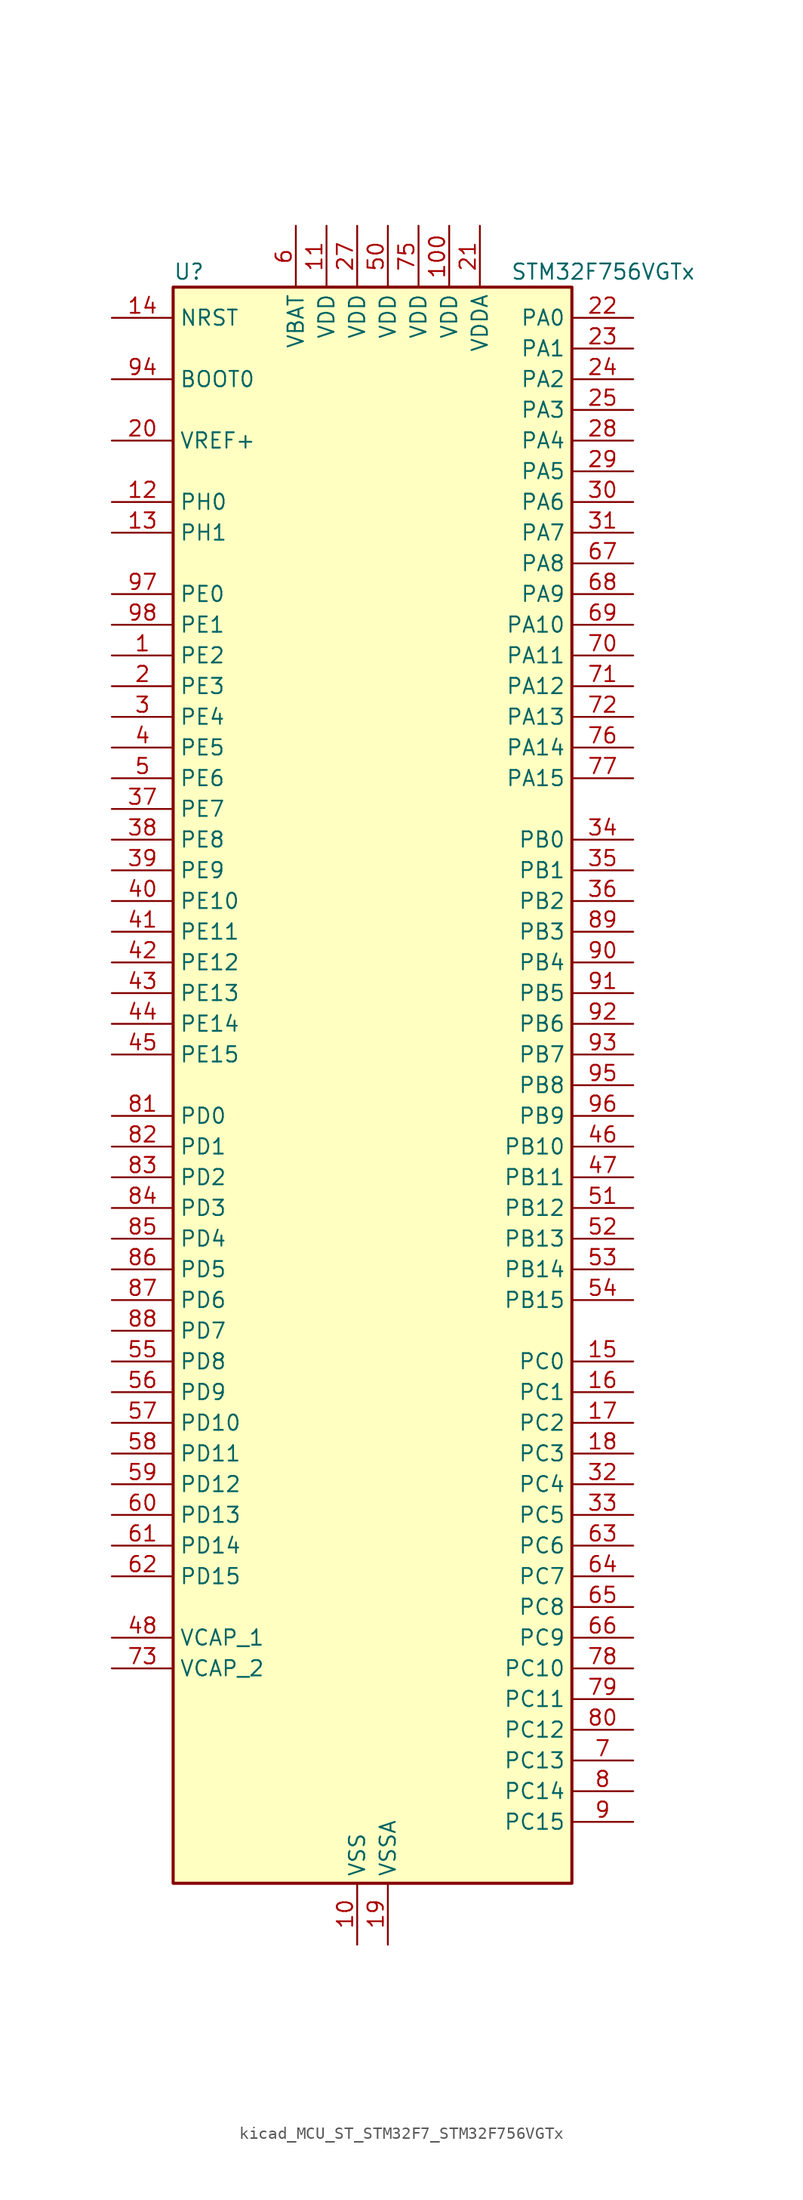
<source format=kicad_sym>
(kicad_symbol_lib
  (version 20220914)
  (generator kicad_symbol_editor)
  (symbol "kicad_MCU_ST_STM32F7_STM32F756VGTx"
    (property "Reference" "U"
      (at -15.24 67.31 0)
      (effects (font (size 1.27 1.27)) (justify left)))
    (property "Value" "STM32F756VGTx"
      (at 12.7 67.31 0)
      (effects (font (size 1.27 1.27)) (justify left)))
    (property "ki_locked" ""
      (at 0 0 0)
      (effects (font (size 1.27 1.27))))
    (symbol "kicad_MCU_ST_STM32F7_STM32F756VGTx_0_1"
      (rectangle (start -15.24 -66.04) (end 17.78 66.04) (stroke (width 0.254) (type default)) (fill (type background))))
    (symbol "kicad_MCU_ST_STM32F7_STM32F756VGTx_1_1"
      (pin bidirectional line (at -20.32 35.56 0) (length 5.08) (name "PE2" (effects (font (size 1.27 1.27)))) (number "1" (effects (font (size 1.27 1.27)))) (alternate "ETH_TXD3" bidirectional line) (alternate "FMC_A23" bidirectional line) (alternate "QUADSPI_BK1_IO2" bidirectional line) (alternate "SAI1_MCLK_A" bidirectional line) (alternate "SPI4_SCK" bidirectional line) (alternate "SYS_TRACECLK" bidirectional line))
      (pin power_in line (at 0 -71.12 90) (length 5.08) (name "VSS" (effects (font (size 1.27 1.27)))) (number "10" (effects (font (size 1.27 1.27)))))
      (pin power_in line (at 7.62 71.12 270) (length 5.08) (name "VDD" (effects (font (size 1.27 1.27)))) (number "100" (effects (font (size 1.27 1.27)))))
      (pin power_in line (at -2.54 71.12 270) (length 5.08) (name "VDD" (effects (font (size 1.27 1.27)))) (number "11" (effects (font (size 1.27 1.27)))))
      (pin bidirectional line (at -20.32 48.26 0) (length 5.08) (name "PH0" (effects (font (size 1.27 1.27)))) (number "12" (effects (font (size 1.27 1.27)))) (alternate "RCC_OSC_IN" bidirectional line))
      (pin bidirectional line (at -20.32 45.72 0) (length 5.08) (name "PH1" (effects (font (size 1.27 1.27)))) (number "13" (effects (font (size 1.27 1.27)))) (alternate "RCC_OSC_OUT" bidirectional line))
      (pin input line (at -20.32 63.5 0) (length 5.08) (name "NRST" (effects (font (size 1.27 1.27)))) (number "14" (effects (font (size 1.27 1.27)))))
      (pin bidirectional line (at 22.86 -22.86 180) (length 5.08) (name "PC0" (effects (font (size 1.27 1.27)))) (number "15" (effects (font (size 1.27 1.27)))) (alternate "ADC1_IN10" bidirectional line) (alternate "ADC2_IN10" bidirectional line) (alternate "ADC3_IN10" bidirectional line) (alternate "FMC_SDNWE" bidirectional line) (alternate "LTDC_R5" bidirectional line) (alternate "SAI2_FS_B" bidirectional line) (alternate "USB_OTG_HS_ULPI_STP" bidirectional line))
      (pin bidirectional line (at 22.86 -25.4 180) (length 5.08) (name "PC1" (effects (font (size 1.27 1.27)))) (number "16" (effects (font (size 1.27 1.27)))) (alternate "ADC1_IN11" bidirectional line) (alternate "ADC2_IN11" bidirectional line) (alternate "ADC3_IN11" bidirectional line) (alternate "ETH_MDC" bidirectional line) (alternate "I2S2_SD" bidirectional line) (alternate "RTC_TAMP3" bidirectional line) (alternate "RTC_TS" bidirectional line) (alternate "SAI1_SD_A" bidirectional line) (alternate "SPI2_MOSI" bidirectional line) (alternate "SYS_TRACED0" bidirectional line) (alternate "SYS_WKUP3" bidirectional line))
      (pin bidirectional line (at 22.86 -27.94 180) (length 5.08) (name "PC2" (effects (font (size 1.27 1.27)))) (number "17" (effects (font (size 1.27 1.27)))) (alternate "ADC1_IN12" bidirectional line) (alternate "ADC2_IN12" bidirectional line) (alternate "ADC3_IN12" bidirectional line) (alternate "ETH_TXD2" bidirectional line) (alternate "FMC_SDNE0" bidirectional line) (alternate "SPI2_MISO" bidirectional line) (alternate "USB_OTG_HS_ULPI_DIR" bidirectional line))
      (pin bidirectional line (at 22.86 -30.48 180) (length 5.08) (name "PC3" (effects (font (size 1.27 1.27)))) (number "18" (effects (font (size 1.27 1.27)))) (alternate "ADC1_IN13" bidirectional line) (alternate "ADC2_IN13" bidirectional line) (alternate "ADC3_IN13" bidirectional line) (alternate "ETH_TX_CLK" bidirectional line) (alternate "FMC_SDCKE0" bidirectional line) (alternate "I2S2_SD" bidirectional line) (alternate "SPI2_MOSI" bidirectional line) (alternate "USB_OTG_HS_ULPI_NXT" bidirectional line))
      (pin power_in line (at 2.54 -71.12 90) (length 5.08) (name "VSSA" (effects (font (size 1.27 1.27)))) (number "19" (effects (font (size 1.27 1.27)))))
      (pin bidirectional line (at -20.32 33.02 0) (length 5.08) (name "PE3" (effects (font (size 1.27 1.27)))) (number "2" (effects (font (size 1.27 1.27)))) (alternate "FMC_A19" bidirectional line) (alternate "SAI1_SD_B" bidirectional line) (alternate "SYS_TRACED0" bidirectional line))
      (pin input line (at -20.32 53.34 0) (length 5.08) (name "VREF+" (effects (font (size 1.27 1.27)))) (number "20" (effects (font (size 1.27 1.27)))))
      (pin power_in line (at 10.16 71.12 270) (length 5.08) (name "VDDA" (effects (font (size 1.27 1.27)))) (number "21" (effects (font (size 1.27 1.27)))))
      (pin bidirectional line (at 22.86 63.5 180) (length 5.08) (name "PA0" (effects (font (size 1.27 1.27)))) (number "22" (effects (font (size 1.27 1.27)))) (alternate "ADC1_IN0" bidirectional line) (alternate "ADC2_IN0" bidirectional line) (alternate "ADC3_IN0" bidirectional line) (alternate "ETH_CRS" bidirectional line) (alternate "SAI2_SD_B" bidirectional line) (alternate "SYS_WKUP1" bidirectional line) (alternate "TIM2_CH1" bidirectional line) (alternate "TIM2_ETR" bidirectional line) (alternate "TIM5_CH1" bidirectional line) (alternate "TIM8_ETR" bidirectional line) (alternate "UART4_TX" bidirectional line) (alternate "USART2_CTS" bidirectional line))
      (pin bidirectional line (at 22.86 60.96 180) (length 5.08) (name "PA1" (effects (font (size 1.27 1.27)))) (number "23" (effects (font (size 1.27 1.27)))) (alternate "ADC1_IN1" bidirectional line) (alternate "ADC2_IN1" bidirectional line) (alternate "ADC3_IN1" bidirectional line) (alternate "ETH_REF_CLK" bidirectional line) (alternate "ETH_RX_CLK" bidirectional line) (alternate "LTDC_R2" bidirectional line) (alternate "QUADSPI_BK1_IO3" bidirectional line) (alternate "SAI2_MCLK_B" bidirectional line) (alternate "TIM2_CH2" bidirectional line) (alternate "TIM5_CH2" bidirectional line) (alternate "UART4_RX" bidirectional line) (alternate "USART2_DE" bidirectional line) (alternate "USART2_RTS" bidirectional line))
      (pin bidirectional line (at 22.86 58.42 180) (length 5.08) (name "PA2" (effects (font (size 1.27 1.27)))) (number "24" (effects (font (size 1.27 1.27)))) (alternate "ADC1_IN2" bidirectional line) (alternate "ADC2_IN2" bidirectional line) (alternate "ADC3_IN2" bidirectional line) (alternate "ETH_MDIO" bidirectional line) (alternate "LTDC_R1" bidirectional line) (alternate "SAI2_SCK_B" bidirectional line) (alternate "SYS_WKUP2" bidirectional line) (alternate "TIM2_CH3" bidirectional line) (alternate "TIM5_CH3" bidirectional line) (alternate "TIM9_CH1" bidirectional line) (alternate "USART2_TX" bidirectional line))
      (pin bidirectional line (at 22.86 55.88 180) (length 5.08) (name "PA3" (effects (font (size 1.27 1.27)))) (number "25" (effects (font (size 1.27 1.27)))) (alternate "ADC1_IN3" bidirectional line) (alternate "ADC2_IN3" bidirectional line) (alternate "ADC3_IN3" bidirectional line) (alternate "ETH_COL" bidirectional line) (alternate "LTDC_B5" bidirectional line) (alternate "TIM2_CH4" bidirectional line) (alternate "TIM5_CH4" bidirectional line) (alternate "TIM9_CH2" bidirectional line) (alternate "USART2_RX" bidirectional line) (alternate "USB_OTG_HS_ULPI_D0" bidirectional line))
      (pin passive line (at 0 -71.12 90) (length 5.08) hide (name "VSS" (effects (font (size 1.27 1.27)))) (number "26" (effects (font (size 1.27 1.27)))))
      (pin power_in line (at 0 71.12 270) (length 5.08) (name "VDD" (effects (font (size 1.27 1.27)))) (number "27" (effects (font (size 1.27 1.27)))))
      (pin bidirectional line (at 22.86 53.34 180) (length 5.08) (name "PA4" (effects (font (size 1.27 1.27)))) (number "28" (effects (font (size 1.27 1.27)))) (alternate "ADC1_IN4" bidirectional line) (alternate "ADC2_IN4" bidirectional line) (alternate "DAC_OUT1" bidirectional line) (alternate "DCMI_HSYNC" bidirectional line) (alternate "I2S1_WS" bidirectional line) (alternate "I2S3_WS" bidirectional line) (alternate "LTDC_VSYNC" bidirectional line) (alternate "SPI1_NSS" bidirectional line) (alternate "SPI3_NSS" bidirectional line) (alternate "USART2_CK" bidirectional line) (alternate "USB_OTG_HS_SOF" bidirectional line))
      (pin bidirectional line (at 22.86 50.8 180) (length 5.08) (name "PA5" (effects (font (size 1.27 1.27)))) (number "29" (effects (font (size 1.27 1.27)))) (alternate "ADC1_IN5" bidirectional line) (alternate "ADC2_IN5" bidirectional line) (alternate "DAC_OUT2" bidirectional line) (alternate "I2S1_CK" bidirectional line) (alternate "LTDC_R4" bidirectional line) (alternate "SPI1_SCK" bidirectional line) (alternate "TIM2_CH1" bidirectional line) (alternate "TIM2_ETR" bidirectional line) (alternate "TIM8_CH1N" bidirectional line) (alternate "USB_OTG_HS_ULPI_CK" bidirectional line))
      (pin bidirectional line (at -20.32 30.48 0) (length 5.08) (name "PE4" (effects (font (size 1.27 1.27)))) (number "3" (effects (font (size 1.27 1.27)))) (alternate "DCMI_D4" bidirectional line) (alternate "FMC_A20" bidirectional line) (alternate "LTDC_B0" bidirectional line) (alternate "SAI1_FS_A" bidirectional line) (alternate "SPI4_NSS" bidirectional line) (alternate "SYS_TRACED1" bidirectional line))
      (pin bidirectional line (at 22.86 48.26 180) (length 5.08) (name "PA6" (effects (font (size 1.27 1.27)))) (number "30" (effects (font (size 1.27 1.27)))) (alternate "ADC1_IN6" bidirectional line) (alternate "ADC2_IN6" bidirectional line) (alternate "DCMI_PIXCLK" bidirectional line) (alternate "LTDC_G2" bidirectional line) (alternate "SPI1_MISO" bidirectional line) (alternate "TIM13_CH1" bidirectional line) (alternate "TIM1_BKIN" bidirectional line) (alternate "TIM3_CH1" bidirectional line) (alternate "TIM8_BKIN" bidirectional line))
      (pin bidirectional line (at 22.86 45.72 180) (length 5.08) (name "PA7" (effects (font (size 1.27 1.27)))) (number "31" (effects (font (size 1.27 1.27)))) (alternate "ADC1_IN7" bidirectional line) (alternate "ADC2_IN7" bidirectional line) (alternate "ETH_CRS_DV" bidirectional line) (alternate "ETH_RX_DV" bidirectional line) (alternate "FMC_SDNWE" bidirectional line) (alternate "I2S1_SD" bidirectional line) (alternate "SPI1_MOSI" bidirectional line) (alternate "TIM14_CH1" bidirectional line) (alternate "TIM1_CH1N" bidirectional line) (alternate "TIM3_CH2" bidirectional line) (alternate "TIM8_CH1N" bidirectional line))
      (pin bidirectional line (at 22.86 -33.02 180) (length 5.08) (name "PC4" (effects (font (size 1.27 1.27)))) (number "32" (effects (font (size 1.27 1.27)))) (alternate "ADC1_IN14" bidirectional line) (alternate "ADC2_IN14" bidirectional line) (alternate "ETH_RXD0" bidirectional line) (alternate "FMC_SDNE0" bidirectional line) (alternate "I2S1_MCK" bidirectional line) (alternate "SPDIFRX_IN2" bidirectional line))
      (pin bidirectional line (at 22.86 -35.56 180) (length 5.08) (name "PC5" (effects (font (size 1.27 1.27)))) (number "33" (effects (font (size 1.27 1.27)))) (alternate "ADC1_IN15" bidirectional line) (alternate "ADC2_IN15" bidirectional line) (alternate "ETH_RXD1" bidirectional line) (alternate "FMC_SDCKE0" bidirectional line) (alternate "SPDIFRX_IN3" bidirectional line))
      (pin bidirectional line (at 22.86 20.32 180) (length 5.08) (name "PB0" (effects (font (size 1.27 1.27)))) (number "34" (effects (font (size 1.27 1.27)))) (alternate "ADC1_IN8" bidirectional line) (alternate "ADC2_IN8" bidirectional line) (alternate "ETH_RXD2" bidirectional line) (alternate "LTDC_R3" bidirectional line) (alternate "TIM1_CH2N" bidirectional line) (alternate "TIM3_CH3" bidirectional line) (alternate "TIM8_CH2N" bidirectional line) (alternate "UART4_CTS" bidirectional line) (alternate "USB_OTG_HS_ULPI_D1" bidirectional line))
      (pin bidirectional line (at 22.86 17.78 180) (length 5.08) (name "PB1" (effects (font (size 1.27 1.27)))) (number "35" (effects (font (size 1.27 1.27)))) (alternate "ADC1_IN9" bidirectional line) (alternate "ADC2_IN9" bidirectional line) (alternate "ETH_RXD3" bidirectional line) (alternate "LTDC_R6" bidirectional line) (alternate "TIM1_CH3N" bidirectional line) (alternate "TIM3_CH4" bidirectional line) (alternate "TIM8_CH3N" bidirectional line) (alternate "USB_OTG_HS_ULPI_D2" bidirectional line))
      (pin bidirectional line (at 22.86 15.24 180) (length 5.08) (name "PB2" (effects (font (size 1.27 1.27)))) (number "36" (effects (font (size 1.27 1.27)))) (alternate "I2S3_SD" bidirectional line) (alternate "QUADSPI_CLK" bidirectional line) (alternate "SAI1_SD_A" bidirectional line) (alternate "SPI3_MOSI" bidirectional line))
      (pin bidirectional line (at -20.32 22.86 0) (length 5.08) (name "PE7" (effects (font (size 1.27 1.27)))) (number "37" (effects (font (size 1.27 1.27)))) (alternate "FMC_D4" bidirectional line) (alternate "FMC_DA4" bidirectional line) (alternate "QUADSPI_BK2_IO0" bidirectional line) (alternate "TIM1_ETR" bidirectional line) (alternate "UART7_RX" bidirectional line))
      (pin bidirectional line (at -20.32 20.32 0) (length 5.08) (name "PE8" (effects (font (size 1.27 1.27)))) (number "38" (effects (font (size 1.27 1.27)))) (alternate "FMC_D5" bidirectional line) (alternate "FMC_DA5" bidirectional line) (alternate "QUADSPI_BK2_IO1" bidirectional line) (alternate "TIM1_CH1N" bidirectional line) (alternate "UART7_TX" bidirectional line))
      (pin bidirectional line (at -20.32 17.78 0) (length 5.08) (name "PE9" (effects (font (size 1.27 1.27)))) (number "39" (effects (font (size 1.27 1.27)))) (alternate "DAC_EXTI9" bidirectional line) (alternate "FMC_D6" bidirectional line) (alternate "FMC_DA6" bidirectional line) (alternate "QUADSPI_BK2_IO2" bidirectional line) (alternate "TIM1_CH1" bidirectional line) (alternate "UART7_DE" bidirectional line) (alternate "UART7_RTS" bidirectional line))
      (pin bidirectional line (at -20.32 27.94 0) (length 5.08) (name "PE5" (effects (font (size 1.27 1.27)))) (number "4" (effects (font (size 1.27 1.27)))) (alternate "DCMI_D6" bidirectional line) (alternate "FMC_A21" bidirectional line) (alternate "LTDC_G0" bidirectional line) (alternate "SAI1_SCK_A" bidirectional line) (alternate "SPI4_MISO" bidirectional line) (alternate "SYS_TRACED2" bidirectional line) (alternate "TIM9_CH1" bidirectional line))
      (pin bidirectional line (at -20.32 15.24 0) (length 5.08) (name "PE10" (effects (font (size 1.27 1.27)))) (number "40" (effects (font (size 1.27 1.27)))) (alternate "FMC_D7" bidirectional line) (alternate "FMC_DA7" bidirectional line) (alternate "QUADSPI_BK2_IO3" bidirectional line) (alternate "TIM1_CH2N" bidirectional line) (alternate "UART7_CTS" bidirectional line))
      (pin bidirectional line (at -20.32 12.7 0) (length 5.08) (name "PE11" (effects (font (size 1.27 1.27)))) (number "41" (effects (font (size 1.27 1.27)))) (alternate "ADC1_EXTI11" bidirectional line) (alternate "ADC2_EXTI11" bidirectional line) (alternate "ADC3_EXTI11" bidirectional line) (alternate "FMC_D8" bidirectional line) (alternate "FMC_DA8" bidirectional line) (alternate "LTDC_G3" bidirectional line) (alternate "SAI2_SD_B" bidirectional line) (alternate "SPI4_NSS" bidirectional line) (alternate "TIM1_CH2" bidirectional line))
      (pin bidirectional line (at -20.32 10.16 0) (length 5.08) (name "PE12" (effects (font (size 1.27 1.27)))) (number "42" (effects (font (size 1.27 1.27)))) (alternate "FMC_D9" bidirectional line) (alternate "FMC_DA9" bidirectional line) (alternate "LTDC_B4" bidirectional line) (alternate "SAI2_SCK_B" bidirectional line) (alternate "SPI4_SCK" bidirectional line) (alternate "TIM1_CH3N" bidirectional line))
      (pin bidirectional line (at -20.32 7.62 0) (length 5.08) (name "PE13" (effects (font (size 1.27 1.27)))) (number "43" (effects (font (size 1.27 1.27)))) (alternate "FMC_D10" bidirectional line) (alternate "FMC_DA10" bidirectional line) (alternate "LTDC_DE" bidirectional line) (alternate "SAI2_FS_B" bidirectional line) (alternate "SPI4_MISO" bidirectional line) (alternate "TIM1_CH3" bidirectional line))
      (pin bidirectional line (at -20.32 5.08 0) (length 5.08) (name "PE14" (effects (font (size 1.27 1.27)))) (number "44" (effects (font (size 1.27 1.27)))) (alternate "FMC_D11" bidirectional line) (alternate "FMC_DA11" bidirectional line) (alternate "LTDC_CLK" bidirectional line) (alternate "SAI2_MCLK_B" bidirectional line) (alternate "SPI4_MOSI" bidirectional line) (alternate "TIM1_CH4" bidirectional line))
      (pin bidirectional line (at -20.32 2.54 0) (length 5.08) (name "PE15" (effects (font (size 1.27 1.27)))) (number "45" (effects (font (size 1.27 1.27)))) (alternate "FMC_D12" bidirectional line) (alternate "FMC_DA12" bidirectional line) (alternate "LTDC_R7" bidirectional line) (alternate "TIM1_BKIN" bidirectional line))
      (pin bidirectional line (at 22.86 -5.08 180) (length 5.08) (name "PB10" (effects (font (size 1.27 1.27)))) (number "46" (effects (font (size 1.27 1.27)))) (alternate "ETH_RX_ER" bidirectional line) (alternate "I2C2_SCL" bidirectional line) (alternate "I2S2_CK" bidirectional line) (alternate "LTDC_G4" bidirectional line) (alternate "SPI2_SCK" bidirectional line) (alternate "TIM2_CH3" bidirectional line) (alternate "USART3_TX" bidirectional line) (alternate "USB_OTG_HS_ULPI_D3" bidirectional line))
      (pin bidirectional line (at 22.86 -7.62 180) (length 5.08) (name "PB11" (effects (font (size 1.27 1.27)))) (number "47" (effects (font (size 1.27 1.27)))) (alternate "ADC1_EXTI11" bidirectional line) (alternate "ADC2_EXTI11" bidirectional line) (alternate "ADC3_EXTI11" bidirectional line) (alternate "ETH_TX_EN" bidirectional line) (alternate "I2C2_SDA" bidirectional line) (alternate "LTDC_G5" bidirectional line) (alternate "TIM2_CH4" bidirectional line) (alternate "USART3_RX" bidirectional line) (alternate "USB_OTG_HS_ULPI_D4" bidirectional line))
      (pin power_out line (at -20.32 -45.72 0) (length 5.08) (name "VCAP_1" (effects (font (size 1.27 1.27)))) (number "48" (effects (font (size 1.27 1.27)))))
      (pin passive line (at 0 -71.12 90) (length 5.08) hide (name "VSS" (effects (font (size 1.27 1.27)))) (number "49" (effects (font (size 1.27 1.27)))))
      (pin bidirectional line (at -20.32 25.4 0) (length 5.08) (name "PE6" (effects (font (size 1.27 1.27)))) (number "5" (effects (font (size 1.27 1.27)))) (alternate "DCMI_D7" bidirectional line) (alternate "FMC_A22" bidirectional line) (alternate "LTDC_G1" bidirectional line) (alternate "SAI1_SD_A" bidirectional line) (alternate "SAI2_MCLK_B" bidirectional line) (alternate "SPI4_MOSI" bidirectional line) (alternate "SYS_TRACED3" bidirectional line) (alternate "TIM1_BKIN2" bidirectional line) (alternate "TIM9_CH2" bidirectional line))
      (pin power_in line (at 2.54 71.12 270) (length 5.08) (name "VDD" (effects (font (size 1.27 1.27)))) (number "50" (effects (font (size 1.27 1.27)))))
      (pin bidirectional line (at 22.86 -10.16 180) (length 5.08) (name "PB12" (effects (font (size 1.27 1.27)))) (number "51" (effects (font (size 1.27 1.27)))) (alternate "CAN2_RX" bidirectional line) (alternate "ETH_TXD0" bidirectional line) (alternate "I2C2_SMBA" bidirectional line) (alternate "I2S2_WS" bidirectional line) (alternate "SPI2_NSS" bidirectional line) (alternate "TIM1_BKIN" bidirectional line) (alternate "USART3_CK" bidirectional line) (alternate "USB_OTG_HS_ID" bidirectional line) (alternate "USB_OTG_HS_ULPI_D5" bidirectional line))
      (pin bidirectional line (at 22.86 -12.7 180) (length 5.08) (name "PB13" (effects (font (size 1.27 1.27)))) (number "52" (effects (font (size 1.27 1.27)))) (alternate "CAN2_TX" bidirectional line) (alternate "ETH_TXD1" bidirectional line) (alternate "I2S2_CK" bidirectional line) (alternate "SPI2_SCK" bidirectional line) (alternate "TIM1_CH1N" bidirectional line) (alternate "USART3_CTS" bidirectional line) (alternate "USB_OTG_HS_ULPI_D6" bidirectional line) (alternate "USB_OTG_HS_VBUS" bidirectional line))
      (pin bidirectional line (at 22.86 -15.24 180) (length 5.08) (name "PB14" (effects (font (size 1.27 1.27)))) (number "53" (effects (font (size 1.27 1.27)))) (alternate "SPI2_MISO" bidirectional line) (alternate "TIM12_CH1" bidirectional line) (alternate "TIM1_CH2N" bidirectional line) (alternate "TIM8_CH2N" bidirectional line) (alternate "USART3_DE" bidirectional line) (alternate "USART3_RTS" bidirectional line) (alternate "USB_OTG_HS_DM" bidirectional line))
      (pin bidirectional line (at 22.86 -17.78 180) (length 5.08) (name "PB15" (effects (font (size 1.27 1.27)))) (number "54" (effects (font (size 1.27 1.27)))) (alternate "I2S2_SD" bidirectional line) (alternate "RTC_REFIN" bidirectional line) (alternate "SPI2_MOSI" bidirectional line) (alternate "TIM12_CH2" bidirectional line) (alternate "TIM1_CH3N" bidirectional line) (alternate "TIM8_CH3N" bidirectional line) (alternate "USB_OTG_HS_DP" bidirectional line))
      (pin bidirectional line (at -20.32 -22.86 0) (length 5.08) (name "PD8" (effects (font (size 1.27 1.27)))) (number "55" (effects (font (size 1.27 1.27)))) (alternate "FMC_D13" bidirectional line) (alternate "FMC_DA13" bidirectional line) (alternate "SPDIFRX_IN1" bidirectional line) (alternate "USART3_TX" bidirectional line))
      (pin bidirectional line (at -20.32 -25.4 0) (length 5.08) (name "PD9" (effects (font (size 1.27 1.27)))) (number "56" (effects (font (size 1.27 1.27)))) (alternate "DAC_EXTI9" bidirectional line) (alternate "FMC_D14" bidirectional line) (alternate "FMC_DA14" bidirectional line) (alternate "USART3_RX" bidirectional line))
      (pin bidirectional line (at -20.32 -27.94 0) (length 5.08) (name "PD10" (effects (font (size 1.27 1.27)))) (number "57" (effects (font (size 1.27 1.27)))) (alternate "FMC_D15" bidirectional line) (alternate "FMC_DA15" bidirectional line) (alternate "LTDC_B3" bidirectional line) (alternate "USART3_CK" bidirectional line))
      (pin bidirectional line (at -20.32 -30.48 0) (length 5.08) (name "PD11" (effects (font (size 1.27 1.27)))) (number "58" (effects (font (size 1.27 1.27)))) (alternate "ADC1_EXTI11" bidirectional line) (alternate "ADC2_EXTI11" bidirectional line) (alternate "ADC3_EXTI11" bidirectional line) (alternate "FMC_A16" bidirectional line) (alternate "FMC_CLE" bidirectional line) (alternate "I2C4_SMBA" bidirectional line) (alternate "QUADSPI_BK1_IO0" bidirectional line) (alternate "SAI2_SD_A" bidirectional line) (alternate "USART3_CTS" bidirectional line))
      (pin bidirectional line (at -20.32 -33.02 0) (length 5.08) (name "PD12" (effects (font (size 1.27 1.27)))) (number "59" (effects (font (size 1.27 1.27)))) (alternate "FMC_A17" bidirectional line) (alternate "FMC_ALE" bidirectional line) (alternate "I2C4_SCL" bidirectional line) (alternate "LPTIM1_IN1" bidirectional line) (alternate "QUADSPI_BK1_IO1" bidirectional line) (alternate "SAI2_FS_A" bidirectional line) (alternate "TIM4_CH1" bidirectional line) (alternate "USART3_DE" bidirectional line) (alternate "USART3_RTS" bidirectional line))
      (pin power_in line (at -5.08 71.12 270) (length 5.08) (name "VBAT" (effects (font (size 1.27 1.27)))) (number "6" (effects (font (size 1.27 1.27)))))
      (pin bidirectional line (at -20.32 -35.56 0) (length 5.08) (name "PD13" (effects (font (size 1.27 1.27)))) (number "60" (effects (font (size 1.27 1.27)))) (alternate "FMC_A18" bidirectional line) (alternate "I2C4_SDA" bidirectional line) (alternate "LPTIM1_OUT" bidirectional line) (alternate "QUADSPI_BK1_IO3" bidirectional line) (alternate "SAI2_SCK_A" bidirectional line) (alternate "TIM4_CH2" bidirectional line))
      (pin bidirectional line (at -20.32 -38.1 0) (length 5.08) (name "PD14" (effects (font (size 1.27 1.27)))) (number "61" (effects (font (size 1.27 1.27)))) (alternate "FMC_D0" bidirectional line) (alternate "FMC_DA0" bidirectional line) (alternate "TIM4_CH3" bidirectional line) (alternate "UART8_CTS" bidirectional line))
      (pin bidirectional line (at -20.32 -40.64 0) (length 5.08) (name "PD15" (effects (font (size 1.27 1.27)))) (number "62" (effects (font (size 1.27 1.27)))) (alternate "FMC_D1" bidirectional line) (alternate "FMC_DA1" bidirectional line) (alternate "TIM4_CH4" bidirectional line) (alternate "UART8_DE" bidirectional line) (alternate "UART8_RTS" bidirectional line))
      (pin bidirectional line (at 22.86 -38.1 180) (length 5.08) (name "PC6" (effects (font (size 1.27 1.27)))) (number "63" (effects (font (size 1.27 1.27)))) (alternate "DCMI_D0" bidirectional line) (alternate "I2S2_MCK" bidirectional line) (alternate "LTDC_HSYNC" bidirectional line) (alternate "SDMMC1_D6" bidirectional line) (alternate "TIM3_CH1" bidirectional line) (alternate "TIM8_CH1" bidirectional line) (alternate "USART6_TX" bidirectional line))
      (pin bidirectional line (at 22.86 -40.64 180) (length 5.08) (name "PC7" (effects (font (size 1.27 1.27)))) (number "64" (effects (font (size 1.27 1.27)))) (alternate "DCMI_D1" bidirectional line) (alternate "I2S3_MCK" bidirectional line) (alternate "LTDC_G6" bidirectional line) (alternate "SDMMC1_D7" bidirectional line) (alternate "TIM3_CH2" bidirectional line) (alternate "TIM8_CH2" bidirectional line) (alternate "USART6_RX" bidirectional line))
      (pin bidirectional line (at 22.86 -43.18 180) (length 5.08) (name "PC8" (effects (font (size 1.27 1.27)))) (number "65" (effects (font (size 1.27 1.27)))) (alternate "DCMI_D2" bidirectional line) (alternate "SDMMC1_D0" bidirectional line) (alternate "SYS_TRACED1" bidirectional line) (alternate "TIM3_CH3" bidirectional line) (alternate "TIM8_CH3" bidirectional line) (alternate "UART5_DE" bidirectional line) (alternate "UART5_RTS" bidirectional line) (alternate "USART6_CK" bidirectional line))
      (pin bidirectional line (at 22.86 -45.72 180) (length 5.08) (name "PC9" (effects (font (size 1.27 1.27)))) (number "66" (effects (font (size 1.27 1.27)))) (alternate "DAC_EXTI9" bidirectional line) (alternate "DCMI_D3" bidirectional line) (alternate "I2C3_SDA" bidirectional line) (alternate "I2S_CKIN" bidirectional line) (alternate "QUADSPI_BK1_IO0" bidirectional line) (alternate "RCC_MCO_2" bidirectional line) (alternate "SDMMC1_D1" bidirectional line) (alternate "TIM3_CH4" bidirectional line) (alternate "TIM8_CH4" bidirectional line) (alternate "UART5_CTS" bidirectional line))
      (pin bidirectional line (at 22.86 43.18 180) (length 5.08) (name "PA8" (effects (font (size 1.27 1.27)))) (number "67" (effects (font (size 1.27 1.27)))) (alternate "I2C3_SCL" bidirectional line) (alternate "LTDC_R6" bidirectional line) (alternate "RCC_MCO_1" bidirectional line) (alternate "TIM1_CH1" bidirectional line) (alternate "TIM8_BKIN2" bidirectional line) (alternate "USART1_CK" bidirectional line) (alternate "USB_OTG_FS_SOF" bidirectional line))
      (pin bidirectional line (at 22.86 40.64 180) (length 5.08) (name "PA9" (effects (font (size 1.27 1.27)))) (number "68" (effects (font (size 1.27 1.27)))) (alternate "DAC_EXTI9" bidirectional line) (alternate "DCMI_D0" bidirectional line) (alternate "I2C3_SMBA" bidirectional line) (alternate "I2S2_CK" bidirectional line) (alternate "SPI2_SCK" bidirectional line) (alternate "TIM1_CH2" bidirectional line) (alternate "USART1_TX" bidirectional line) (alternate "USB_OTG_FS_VBUS" bidirectional line))
      (pin bidirectional line (at 22.86 38.1 180) (length 5.08) (name "PA10" (effects (font (size 1.27 1.27)))) (number "69" (effects (font (size 1.27 1.27)))) (alternate "DCMI_D1" bidirectional line) (alternate "TIM1_CH3" bidirectional line) (alternate "USART1_RX" bidirectional line) (alternate "USB_OTG_FS_ID" bidirectional line))
      (pin bidirectional line (at 22.86 -55.88 180) (length 5.08) (name "PC13" (effects (font (size 1.27 1.27)))) (number "7" (effects (font (size 1.27 1.27)))) (alternate "RTC_OUT" bidirectional line) (alternate "RTC_TAMP1" bidirectional line) (alternate "RTC_TS" bidirectional line) (alternate "SYS_WKUP4" bidirectional line))
      (pin bidirectional line (at 22.86 35.56 180) (length 5.08) (name "PA11" (effects (font (size 1.27 1.27)))) (number "70" (effects (font (size 1.27 1.27)))) (alternate "ADC1_EXTI11" bidirectional line) (alternate "ADC2_EXTI11" bidirectional line) (alternate "ADC3_EXTI11" bidirectional line) (alternate "CAN1_RX" bidirectional line) (alternate "LTDC_R4" bidirectional line) (alternate "TIM1_CH4" bidirectional line) (alternate "USART1_CTS" bidirectional line) (alternate "USB_OTG_FS_DM" bidirectional line))
      (pin bidirectional line (at 22.86 33.02 180) (length 5.08) (name "PA12" (effects (font (size 1.27 1.27)))) (number "71" (effects (font (size 1.27 1.27)))) (alternate "CAN1_TX" bidirectional line) (alternate "LTDC_R5" bidirectional line) (alternate "SAI2_FS_B" bidirectional line) (alternate "TIM1_ETR" bidirectional line) (alternate "USART1_DE" bidirectional line) (alternate "USART1_RTS" bidirectional line) (alternate "USB_OTG_FS_DP" bidirectional line))
      (pin bidirectional line (at 22.86 30.48 180) (length 5.08) (name "PA13" (effects (font (size 1.27 1.27)))) (number "72" (effects (font (size 1.27 1.27)))) (alternate "SYS_JTMS-SWDIO" bidirectional line))
      (pin power_out line (at -20.32 -48.26 0) (length 5.08) (name "VCAP_2" (effects (font (size 1.27 1.27)))) (number "73" (effects (font (size 1.27 1.27)))))
      (pin passive line (at 0 -71.12 90) (length 5.08) hide (name "VSS" (effects (font (size 1.27 1.27)))) (number "74" (effects (font (size 1.27 1.27)))))
      (pin power_in line (at 5.08 71.12 270) (length 5.08) (name "VDD" (effects (font (size 1.27 1.27)))) (number "75" (effects (font (size 1.27 1.27)))))
      (pin bidirectional line (at 22.86 27.94 180) (length 5.08) (name "PA14" (effects (font (size 1.27 1.27)))) (number "76" (effects (font (size 1.27 1.27)))) (alternate "SYS_JTCK-SWCLK" bidirectional line))
      (pin bidirectional line (at 22.86 25.4 180) (length 5.08) (name "PA15" (effects (font (size 1.27 1.27)))) (number "77" (effects (font (size 1.27 1.27)))) (alternate "CEC" bidirectional line) (alternate "I2S1_WS" bidirectional line) (alternate "I2S3_WS" bidirectional line) (alternate "SPI1_NSS" bidirectional line) (alternate "SPI3_NSS" bidirectional line) (alternate "SYS_JTDI" bidirectional line) (alternate "TIM2_CH1" bidirectional line) (alternate "TIM2_ETR" bidirectional line) (alternate "UART4_DE" bidirectional line) (alternate "UART4_RTS" bidirectional line))
      (pin bidirectional line (at 22.86 -48.26 180) (length 5.08) (name "PC10" (effects (font (size 1.27 1.27)))) (number "78" (effects (font (size 1.27 1.27)))) (alternate "DCMI_D8" bidirectional line) (alternate "I2S3_CK" bidirectional line) (alternate "LTDC_R2" bidirectional line) (alternate "QUADSPI_BK1_IO1" bidirectional line) (alternate "SDMMC1_D2" bidirectional line) (alternate "SPI3_SCK" bidirectional line) (alternate "UART4_TX" bidirectional line) (alternate "USART3_TX" bidirectional line))
      (pin bidirectional line (at 22.86 -50.8 180) (length 5.08) (name "PC11" (effects (font (size 1.27 1.27)))) (number "79" (effects (font (size 1.27 1.27)))) (alternate "ADC1_EXTI11" bidirectional line) (alternate "ADC2_EXTI11" bidirectional line) (alternate "ADC3_EXTI11" bidirectional line) (alternate "DCMI_D4" bidirectional line) (alternate "QUADSPI_BK2_NCS" bidirectional line) (alternate "SDMMC1_D3" bidirectional line) (alternate "SPI3_MISO" bidirectional line) (alternate "UART4_RX" bidirectional line) (alternate "USART3_RX" bidirectional line))
      (pin bidirectional line (at 22.86 -58.42 180) (length 5.08) (name "PC14" (effects (font (size 1.27 1.27)))) (number "8" (effects (font (size 1.27 1.27)))) (alternate "RCC_OSC32_IN" bidirectional line))
      (pin bidirectional line (at 22.86 -53.34 180) (length 5.08) (name "PC12" (effects (font (size 1.27 1.27)))) (number "80" (effects (font (size 1.27 1.27)))) (alternate "DCMI_D9" bidirectional line) (alternate "I2S3_SD" bidirectional line) (alternate "SDMMC1_CK" bidirectional line) (alternate "SPI3_MOSI" bidirectional line) (alternate "SYS_TRACED3" bidirectional line) (alternate "UART5_TX" bidirectional line) (alternate "USART3_CK" bidirectional line))
      (pin bidirectional line (at -20.32 -2.54 0) (length 5.08) (name "PD0" (effects (font (size 1.27 1.27)))) (number "81" (effects (font (size 1.27 1.27)))) (alternate "CAN1_RX" bidirectional line) (alternate "FMC_D2" bidirectional line) (alternate "FMC_DA2" bidirectional line))
      (pin bidirectional line (at -20.32 -5.08 0) (length 5.08) (name "PD1" (effects (font (size 1.27 1.27)))) (number "82" (effects (font (size 1.27 1.27)))) (alternate "CAN1_TX" bidirectional line) (alternate "FMC_D3" bidirectional line) (alternate "FMC_DA3" bidirectional line))
      (pin bidirectional line (at -20.32 -7.62 0) (length 5.08) (name "PD2" (effects (font (size 1.27 1.27)))) (number "83" (effects (font (size 1.27 1.27)))) (alternate "DCMI_D11" bidirectional line) (alternate "SDMMC1_CMD" bidirectional line) (alternate "SYS_TRACED2" bidirectional line) (alternate "TIM3_ETR" bidirectional line) (alternate "UART5_RX" bidirectional line))
      (pin bidirectional line (at -20.32 -10.16 0) (length 5.08) (name "PD3" (effects (font (size 1.27 1.27)))) (number "84" (effects (font (size 1.27 1.27)))) (alternate "DCMI_D5" bidirectional line) (alternate "FMC_CLK" bidirectional line) (alternate "I2S2_CK" bidirectional line) (alternate "LTDC_G7" bidirectional line) (alternate "SPI2_SCK" bidirectional line) (alternate "USART2_CTS" bidirectional line))
      (pin bidirectional line (at -20.32 -12.7 0) (length 5.08) (name "PD4" (effects (font (size 1.27 1.27)))) (number "85" (effects (font (size 1.27 1.27)))) (alternate "FMC_NOE" bidirectional line) (alternate "USART2_DE" bidirectional line) (alternate "USART2_RTS" bidirectional line))
      (pin bidirectional line (at -20.32 -15.24 0) (length 5.08) (name "PD5" (effects (font (size 1.27 1.27)))) (number "86" (effects (font (size 1.27 1.27)))) (alternate "FMC_NWE" bidirectional line) (alternate "USART2_TX" bidirectional line))
      (pin bidirectional line (at -20.32 -17.78 0) (length 5.08) (name "PD6" (effects (font (size 1.27 1.27)))) (number "87" (effects (font (size 1.27 1.27)))) (alternate "DCMI_D10" bidirectional line) (alternate "FMC_NWAIT" bidirectional line) (alternate "I2S3_SD" bidirectional line) (alternate "LTDC_B2" bidirectional line) (alternate "SAI1_SD_A" bidirectional line) (alternate "SPI3_MOSI" bidirectional line) (alternate "USART2_RX" bidirectional line))
      (pin bidirectional line (at -20.32 -20.32 0) (length 5.08) (name "PD7" (effects (font (size 1.27 1.27)))) (number "88" (effects (font (size 1.27 1.27)))) (alternate "FMC_NE1" bidirectional line) (alternate "SPDIFRX_IN0" bidirectional line) (alternate "USART2_CK" bidirectional line))
      (pin bidirectional line (at 22.86 12.7 180) (length 5.08) (name "PB3" (effects (font (size 1.27 1.27)))) (number "89" (effects (font (size 1.27 1.27)))) (alternate "I2S1_CK" bidirectional line) (alternate "I2S3_CK" bidirectional line) (alternate "SPI1_SCK" bidirectional line) (alternate "SPI3_SCK" bidirectional line) (alternate "SYS_JTDO-SWO" bidirectional line) (alternate "TIM2_CH2" bidirectional line))
      (pin bidirectional line (at 22.86 -60.96 180) (length 5.08) (name "PC15" (effects (font (size 1.27 1.27)))) (number "9" (effects (font (size 1.27 1.27)))) (alternate "RCC_OSC32_OUT" bidirectional line))
      (pin bidirectional line (at 22.86 10.16 180) (length 5.08) (name "PB4" (effects (font (size 1.27 1.27)))) (number "90" (effects (font (size 1.27 1.27)))) (alternate "I2S2_WS" bidirectional line) (alternate "SPI1_MISO" bidirectional line) (alternate "SPI2_NSS" bidirectional line) (alternate "SPI3_MISO" bidirectional line) (alternate "SYS_JTRST" bidirectional line) (alternate "TIM3_CH1" bidirectional line))
      (pin bidirectional line (at 22.86 7.62 180) (length 5.08) (name "PB5" (effects (font (size 1.27 1.27)))) (number "91" (effects (font (size 1.27 1.27)))) (alternate "CAN2_RX" bidirectional line) (alternate "DCMI_D10" bidirectional line) (alternate "ETH_PPS_OUT" bidirectional line) (alternate "FMC_SDCKE1" bidirectional line) (alternate "I2C1_SMBA" bidirectional line) (alternate "I2S1_SD" bidirectional line) (alternate "I2S3_SD" bidirectional line) (alternate "SPI1_MOSI" bidirectional line) (alternate "SPI3_MOSI" bidirectional line) (alternate "TIM3_CH2" bidirectional line) (alternate "USB_OTG_HS_ULPI_D7" bidirectional line))
      (pin bidirectional line (at 22.86 5.08 180) (length 5.08) (name "PB6" (effects (font (size 1.27 1.27)))) (number "92" (effects (font (size 1.27 1.27)))) (alternate "CAN2_TX" bidirectional line) (alternate "CEC" bidirectional line) (alternate "DCMI_D5" bidirectional line) (alternate "FMC_SDNE1" bidirectional line) (alternate "I2C1_SCL" bidirectional line) (alternate "QUADSPI_BK1_NCS" bidirectional line) (alternate "TIM4_CH1" bidirectional line) (alternate "USART1_TX" bidirectional line))
      (pin bidirectional line (at 22.86 2.54 180) (length 5.08) (name "PB7" (effects (font (size 1.27 1.27)))) (number "93" (effects (font (size 1.27 1.27)))) (alternate "DCMI_VSYNC" bidirectional line) (alternate "FMC_NL" bidirectional line) (alternate "I2C1_SDA" bidirectional line) (alternate "TIM4_CH2" bidirectional line) (alternate "USART1_RX" bidirectional line))
      (pin input line (at -20.32 58.42 0) (length 5.08) (name "BOOT0" (effects (font (size 1.27 1.27)))) (number "94" (effects (font (size 1.27 1.27)))))
      (pin bidirectional line (at 22.86 0 180) (length 5.08) (name "PB8" (effects (font (size 1.27 1.27)))) (number "95" (effects (font (size 1.27 1.27)))) (alternate "CAN1_RX" bidirectional line) (alternate "DCMI_D6" bidirectional line) (alternate "ETH_TXD3" bidirectional line) (alternate "I2C1_SCL" bidirectional line) (alternate "LTDC_B6" bidirectional line) (alternate "SDMMC1_D4" bidirectional line) (alternate "TIM10_CH1" bidirectional line) (alternate "TIM4_CH3" bidirectional line))
      (pin bidirectional line (at 22.86 -2.54 180) (length 5.08) (name "PB9" (effects (font (size 1.27 1.27)))) (number "96" (effects (font (size 1.27 1.27)))) (alternate "CAN1_TX" bidirectional line) (alternate "DAC_EXTI9" bidirectional line) (alternate "DCMI_D7" bidirectional line) (alternate "I2C1_SDA" bidirectional line) (alternate "I2S2_WS" bidirectional line) (alternate "LTDC_B7" bidirectional line) (alternate "SDMMC1_D5" bidirectional line) (alternate "SPI2_NSS" bidirectional line) (alternate "TIM11_CH1" bidirectional line) (alternate "TIM4_CH4" bidirectional line))
      (pin bidirectional line (at -20.32 40.64 0) (length 5.08) (name "PE0" (effects (font (size 1.27 1.27)))) (number "97" (effects (font (size 1.27 1.27)))) (alternate "DCMI_D2" bidirectional line) (alternate "FMC_NBL0" bidirectional line) (alternate "LPTIM1_ETR" bidirectional line) (alternate "SAI2_MCLK_A" bidirectional line) (alternate "TIM4_ETR" bidirectional line) (alternate "UART8_RX" bidirectional line))
      (pin bidirectional line (at -20.32 38.1 0) (length 5.08) (name "PE1" (effects (font (size 1.27 1.27)))) (number "98" (effects (font (size 1.27 1.27)))) (alternate "DCMI_D3" bidirectional line) (alternate "FMC_NBL1" bidirectional line) (alternate "LPTIM1_IN2" bidirectional line) (alternate "UART8_TX" bidirectional line))
      (pin passive line (at 0 -71.12 90) (length 5.08) hide (name "VSS" (effects (font (size 1.27 1.27)))) (number "99" (effects (font (size 1.27 1.27))))))))
</source>
